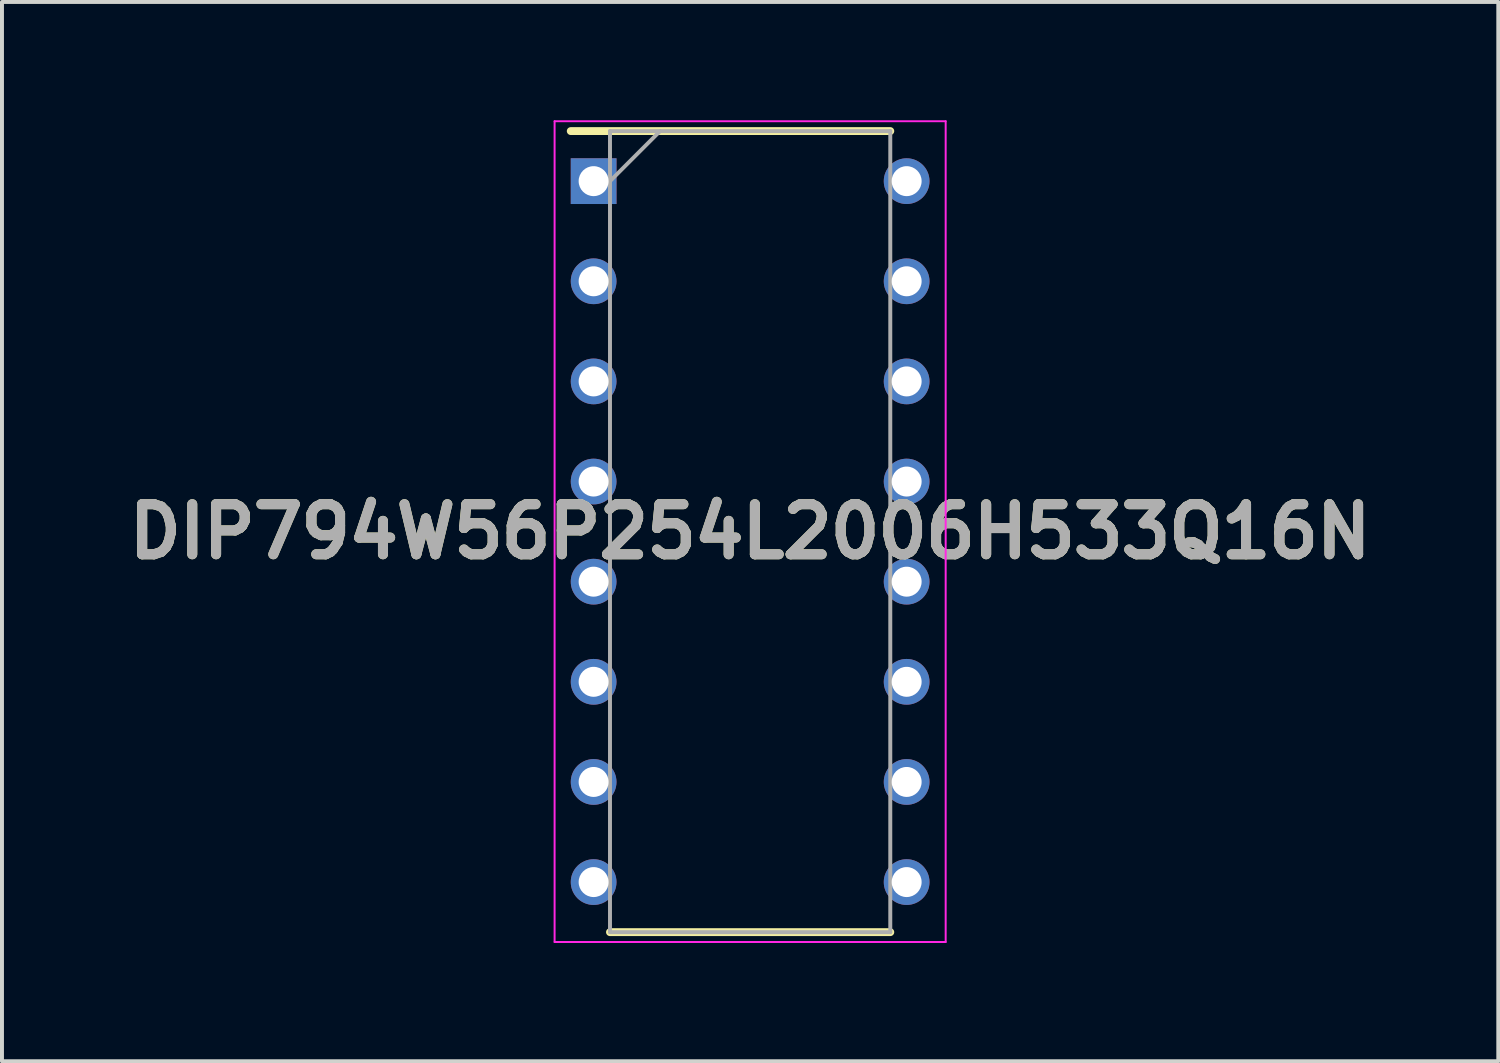
<source format=kicad_pcb>
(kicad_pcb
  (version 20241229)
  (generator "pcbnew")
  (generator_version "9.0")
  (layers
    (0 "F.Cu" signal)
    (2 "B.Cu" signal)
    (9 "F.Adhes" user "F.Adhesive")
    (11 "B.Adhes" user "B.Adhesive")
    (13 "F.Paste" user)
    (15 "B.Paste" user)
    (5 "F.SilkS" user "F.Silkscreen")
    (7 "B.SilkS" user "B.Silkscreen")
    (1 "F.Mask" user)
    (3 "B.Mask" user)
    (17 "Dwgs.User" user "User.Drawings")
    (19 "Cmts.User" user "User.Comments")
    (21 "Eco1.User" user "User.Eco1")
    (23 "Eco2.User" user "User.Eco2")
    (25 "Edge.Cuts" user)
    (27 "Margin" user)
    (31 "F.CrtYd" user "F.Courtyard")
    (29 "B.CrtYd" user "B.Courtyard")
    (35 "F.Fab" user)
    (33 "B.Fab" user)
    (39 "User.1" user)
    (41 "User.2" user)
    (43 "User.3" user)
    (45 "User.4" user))
  (footprint "DIP794W56P254L2006H533Q16N"
    (layer "F.Cu")
    (at 15.978 10.435)
    (property "Reference" "DIP794W56P254L2006H533Q16N" (at 0 0 0) (layer "F.SilkS") (effects (font (size 1.27 1.27) (thickness 0.254))))
    (attr through_hole)
    (fp_line (start -4.55 -10.16) (end 3.555 -10.16) (stroke (width 0.2) (type solid)) (layer "F.SilkS"))
    (fp_line (start -3.555 10.16) (end 3.555 10.16) (stroke (width 0.2) (type solid)) (layer "F.SilkS"))
    (fp_line (start -4.96 -10.41) (end 4.96 -10.41) (stroke (width 0.05) (type solid)) (layer "F.CrtYd"))
    (fp_line (start -4.96 10.41) (end -4.96 -10.41) (stroke (width 0.05) (type solid)) (layer "F.CrtYd"))
    (fp_line (start 4.96 -10.41) (end 4.96 10.41) (stroke (width 0.05) (type solid)) (layer "F.CrtYd"))
    (fp_line (start 4.96 10.41) (end -4.96 10.41) (stroke (width 0.05) (type solid)) (layer "F.CrtYd"))
    (fp_line (start -3.555 -10.16) (end 3.555 -10.16) (stroke (width 0.1) (type solid)) (layer "F.Fab"))
    (fp_line (start -3.555 -8.89) (end -2.285 -10.16) (stroke (width 0.1) (type solid)) (layer "F.Fab"))
    (fp_line (start -3.555 10.16) (end -3.555 -10.16) (stroke (width 0.1) (type solid)) (layer "F.Fab"))
    (fp_line (start 3.555 -10.16) (end 3.555 10.16) (stroke (width 0.1) (type solid)) (layer "F.Fab"))
    (fp_line (start 3.555 10.16) (end -3.555 10.16) (stroke (width 0.1) (type solid)) (layer "F.Fab"))
    (fp_text user "${REFERENCE}" (at 0 0 0) (layer "F.Fab") (effects (font (size 1.27 1.27) (thickness 0.254))))
    (pad "1" thru_hole rect (at -3.97 -8.89) (size 1.16 1.16) (drill 0.76) (layers "*.Cu" "*.Mask"))
    (pad "2" thru_hole circle (at -3.97 -6.35) (size 1.16 1.16) (drill 0.76) (layers "*.Cu" "*.Mask"))
    (pad "3" thru_hole circle (at -3.97 -3.81) (size 1.16 1.16) (drill 0.76) (layers "*.Cu" "*.Mask"))
    (pad "4" thru_hole circle (at -3.97 -1.27) (size 1.16 1.16) (drill 0.76) (layers "*.Cu" "*.Mask"))
    (pad "5" thru_hole circle (at -3.97 1.27) (size 1.16 1.16) (drill 0.76) (layers "*.Cu" "*.Mask"))
    (pad "6" thru_hole circle (at -3.97 3.81) (size 1.16 1.16) (drill 0.76) (layers "*.Cu" "*.Mask"))
    (pad "7" thru_hole circle (at -3.97 6.35) (size 1.16 1.16) (drill 0.76) (layers "*.Cu" "*.Mask"))
    (pad "8" thru_hole circle (at -3.97 8.89) (size 1.16 1.16) (drill 0.76) (layers "*.Cu" "*.Mask"))
    (pad "9" thru_hole circle (at 3.97 8.89) (size 1.16 1.16) (drill 0.76) (layers "*.Cu" "*.Mask"))
    (pad "10" thru_hole circle (at 3.97 6.35) (size 1.16 1.16) (drill 0.76) (layers "*.Cu" "*.Mask"))
    (pad "11" thru_hole circle (at 3.97 3.81) (size 1.16 1.16) (drill 0.76) (layers "*.Cu" "*.Mask"))
    (pad "12" thru_hole circle (at 3.97 1.27) (size 1.16 1.16) (drill 0.76) (layers "*.Cu" "*.Mask"))
    (pad "13" thru_hole circle (at 3.97 -1.27) (size 1.16 1.16) (drill 0.76) (layers "*.Cu" "*.Mask"))
    (pad "14" thru_hole circle (at 3.97 -3.81) (size 1.16 1.16) (drill 0.76) (layers "*.Cu" "*.Mask"))
    (pad "15" thru_hole circle (at 3.97 -6.35) (size 1.16 1.16) (drill 0.76) (layers "*.Cu" "*.Mask"))
    (pad "16" thru_hole circle (at 3.97 -8.89) (size 1.16 1.16) (drill 0.76) (layers "*.Cu" "*.Mask")))
  (gr_rect
    (start -3 -3)
    (end 34.956 23.87)
    (stroke (width 0.1) (type default))
    (fill no)
    (layer "Edge.Cuts")))
</source>
